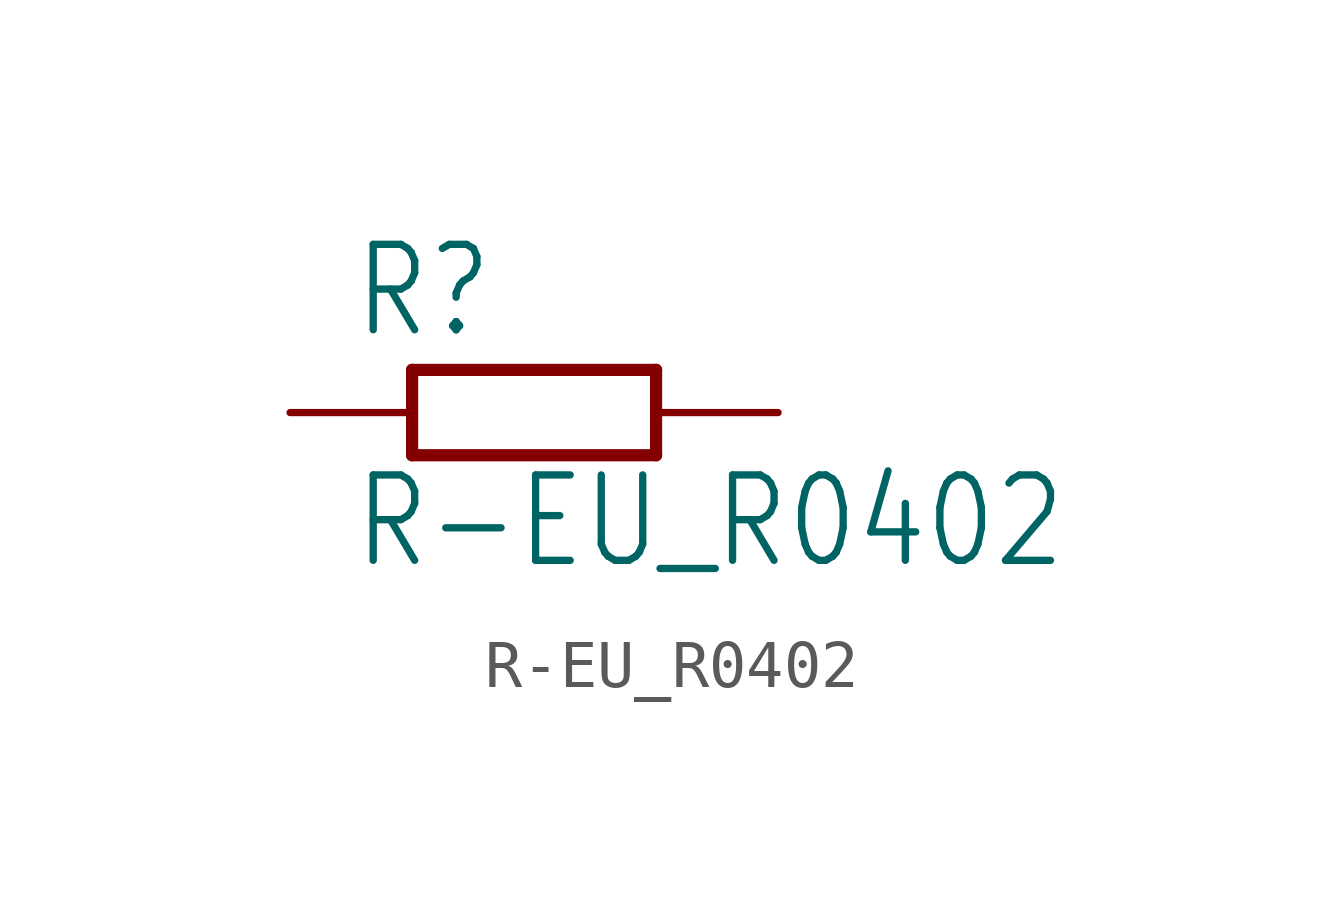
<source format=kicad_sym>
(kicad_symbol_lib
  (version 20201005)
  (generator kicad_symbol_editor)
  (symbol "R-EU_R0402"
    (property "Reference" "R"
      (at -3.81 1.499 0)
      (effects (font (size 1.778 1.511)) (justify left bottom)))
    (property "Value" "R-EU_R0402"
      (at -3.81 -3.302 0)
      (effects (font (size 1.778 1.511)) (justify left bottom)))
    (property "ki_locked" ""
      (at 0 0 0)
      (effects (font (size 1.27 1.27))))
    (symbol "R-EU_R0402_1_0"
      (polyline (pts (xy -2.54 -0.889) (xy -2.54 0.889)) (stroke (width 0.254)) (fill (type none)))
      (polyline (pts (xy -2.54 -0.889) (xy 2.54 -0.889)) (stroke (width 0.254)) (fill (type none)))
      (polyline (pts (xy 2.54 -0.889) (xy 2.54 0.889)) (stroke (width 0.254)) (fill (type none)))
      (polyline (pts (xy 2.54 0.889) (xy -2.54 0.889)) (stroke (width 0.254)) (fill (type none)))
      (pin passive line (at -5.08 0 0) (length 2.54) (name "1" (effects (font (size 0 0)))) (number "1" (effects (font (size 0 0)))))
      (pin passive line (at 5.08 0 180) (length 2.54) (name "2" (effects (font (size 0 0)))) (number "2" (effects (font (size 0 0))))))))
</source>
